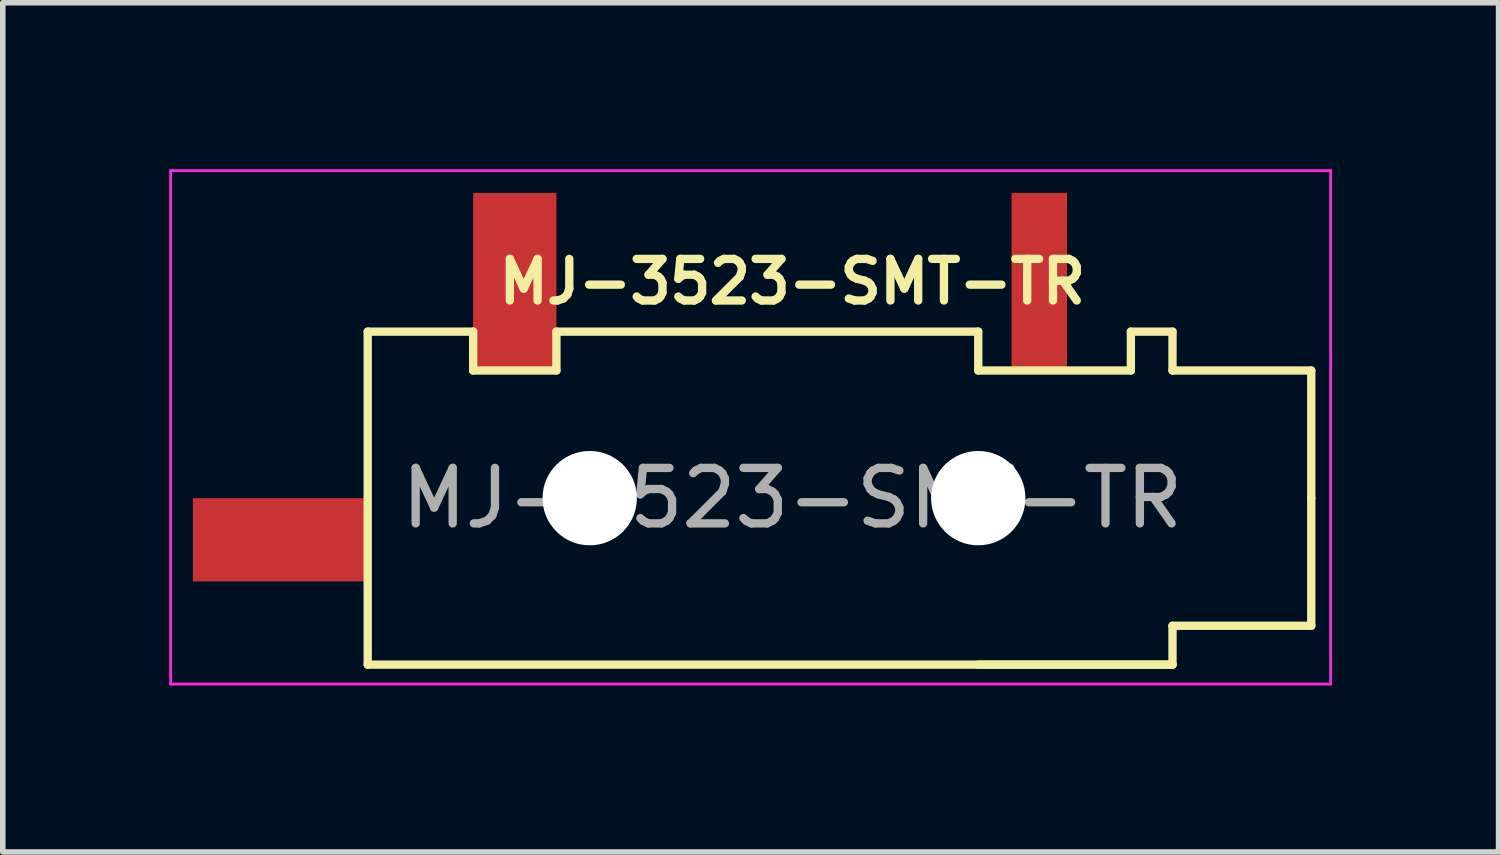
<source format=kicad_pcb>
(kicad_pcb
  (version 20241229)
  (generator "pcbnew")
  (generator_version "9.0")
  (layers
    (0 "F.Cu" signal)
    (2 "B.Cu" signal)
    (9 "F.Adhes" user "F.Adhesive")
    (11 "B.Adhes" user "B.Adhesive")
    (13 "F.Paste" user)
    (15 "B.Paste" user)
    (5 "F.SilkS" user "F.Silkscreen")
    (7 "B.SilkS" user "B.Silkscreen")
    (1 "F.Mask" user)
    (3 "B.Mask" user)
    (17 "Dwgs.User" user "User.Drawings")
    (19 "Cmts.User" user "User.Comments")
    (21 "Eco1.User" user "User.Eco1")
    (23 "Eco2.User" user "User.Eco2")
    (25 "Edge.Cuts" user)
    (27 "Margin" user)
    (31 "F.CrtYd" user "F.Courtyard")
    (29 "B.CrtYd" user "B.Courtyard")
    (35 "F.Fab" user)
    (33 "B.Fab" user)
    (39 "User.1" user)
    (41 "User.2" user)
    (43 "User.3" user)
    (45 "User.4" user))
  (footprint "MJ-3523-SMT-TR"
    (layer "F.Cu")
    (at 11.225 5.925)
    (property "Reference" "MJ-3523-SMT-TR" (at 0 -3.9 0) (layer "F.SilkS") (effects (font (size 0.75 0.75) (thickness 0.15))))
    (attr smd)
    (fp_line (start -7.65 -3) (end -5.75 -3) (stroke (width 0.15) (type solid)) (layer "F.SilkS"))
    (fp_line (start -7.65 3) (end -7.65 -3) (stroke (width 0.15) (type solid)) (layer "F.SilkS"))
    (fp_line (start -5.75 -3) (end -5.75 -2.3) (stroke (width 0.15) (type solid)) (layer "F.SilkS"))
    (fp_line (start -5.75 -2.3) (end -4.25 -2.3) (stroke (width 0.15) (type solid)) (layer "F.SilkS"))
    (fp_line (start -4.25 -3) (end 3.35 -3) (stroke (width 0.15) (type solid)) (layer "F.SilkS"))
    (fp_line (start -4.25 -2.3) (end -4.25 -3) (stroke (width 0.15) (type solid)) (layer "F.SilkS"))
    (fp_line (start 3.35 -2.3) (end 3.35 -3) (stroke (width 0.15) (type solid)) (layer "F.SilkS"))
    (fp_line (start 3.35 3) (end 6.85 3) (stroke (width 0.15) (type solid)) (layer "F.SilkS"))
    (fp_line (start 6.1 -3) (end 6.1 -2.3) (stroke (width 0.15) (type solid)) (layer "F.SilkS"))
    (fp_line (start 6.1 -3) (end 6.85 -3) (stroke (width 0.15) (type solid)) (layer "F.SilkS"))
    (fp_line (start 6.1 -2.3) (end 3.35 -2.3) (stroke (width 0.15) (type solid)) (layer "F.SilkS"))
    (fp_line (start 6.85 -2.3) (end 6.85 -3) (stroke (width 0.15) (type solid)) (layer "F.SilkS"))
    (fp_line (start 6.85 2.3) (end 6.85 3) (stroke (width 0.15) (type solid)) (layer "F.SilkS"))
    (fp_line (start 6.85 3) (end -7.65 3) (stroke (width 0.15) (type solid)) (layer "F.SilkS"))
    (fp_line (start 9.35 -2.3) (end 6.85 -2.3) (stroke (width 0.15) (type solid)) (layer "F.SilkS"))
    (fp_line (start 9.35 0) (end 9.35 -2.3) (stroke (width 0.15) (type solid)) (layer "F.SilkS"))
    (fp_line (start 9.35 0) (end 9.35 2.3) (stroke (width 0.15) (type solid)) (layer "F.SilkS"))
    (fp_line (start 9.35 2.3) (end 6.85 2.3) (stroke (width 0.15) (type solid)) (layer "F.SilkS"))
    (fp_line (start -11.2 -5.9) (end 9.7 -5.9) (stroke (width 0.05) (type solid)) (layer "F.CrtYd"))
    (fp_line (start -11.2 3.35) (end -11.2 -5.9) (stroke (width 0.05) (type solid)) (layer "F.CrtYd"))
    (fp_line (start -11.2 3.35) (end 9.7 3.35) (stroke (width 0.05) (type solid)) (layer "F.CrtYd"))
    (fp_line (start 9.7 3.35) (end 9.7 -5.9) (stroke (width 0.05) (type solid)) (layer "F.CrtYd"))
    (fp_text user "${REFERENCE}" (at 0 0 0) (layer "F.Fab") (effects (font (size 1 1) (thickness 0.15))))
    (pad "" np_thru_hole circle (at -3.65 0) (size 1.7 1.7) (drill 1.7) (layers "*.Cu" "*.Mask"))
    (pad "" np_thru_hole circle (at 3.35 0) (size 1.7 1.7) (drill 1.7) (layers "*.Cu" "*.Mask"))
    (pad "1" smd rect (at 4.45 -3.9) (size 1 3.2) (layers "F.Cu" "F.Mask" "F.Paste"))
    (pad "2" smd rect (at -5 -3.9 180) (size 1.5 3.2) (layers "F.Cu" "F.Mask" "F.Paste"))
    (pad "10" smd rect (at -9.2 0.75 90) (size 1.5 3.2) (layers "F.Cu" "F.Mask" "F.Paste")))
  (gr_rect
    (start -3 -3)
    (end 23.95 12.3)
    (stroke (width 0.1) (type default))
    (fill no)
    (layer "Edge.Cuts")))
</source>
